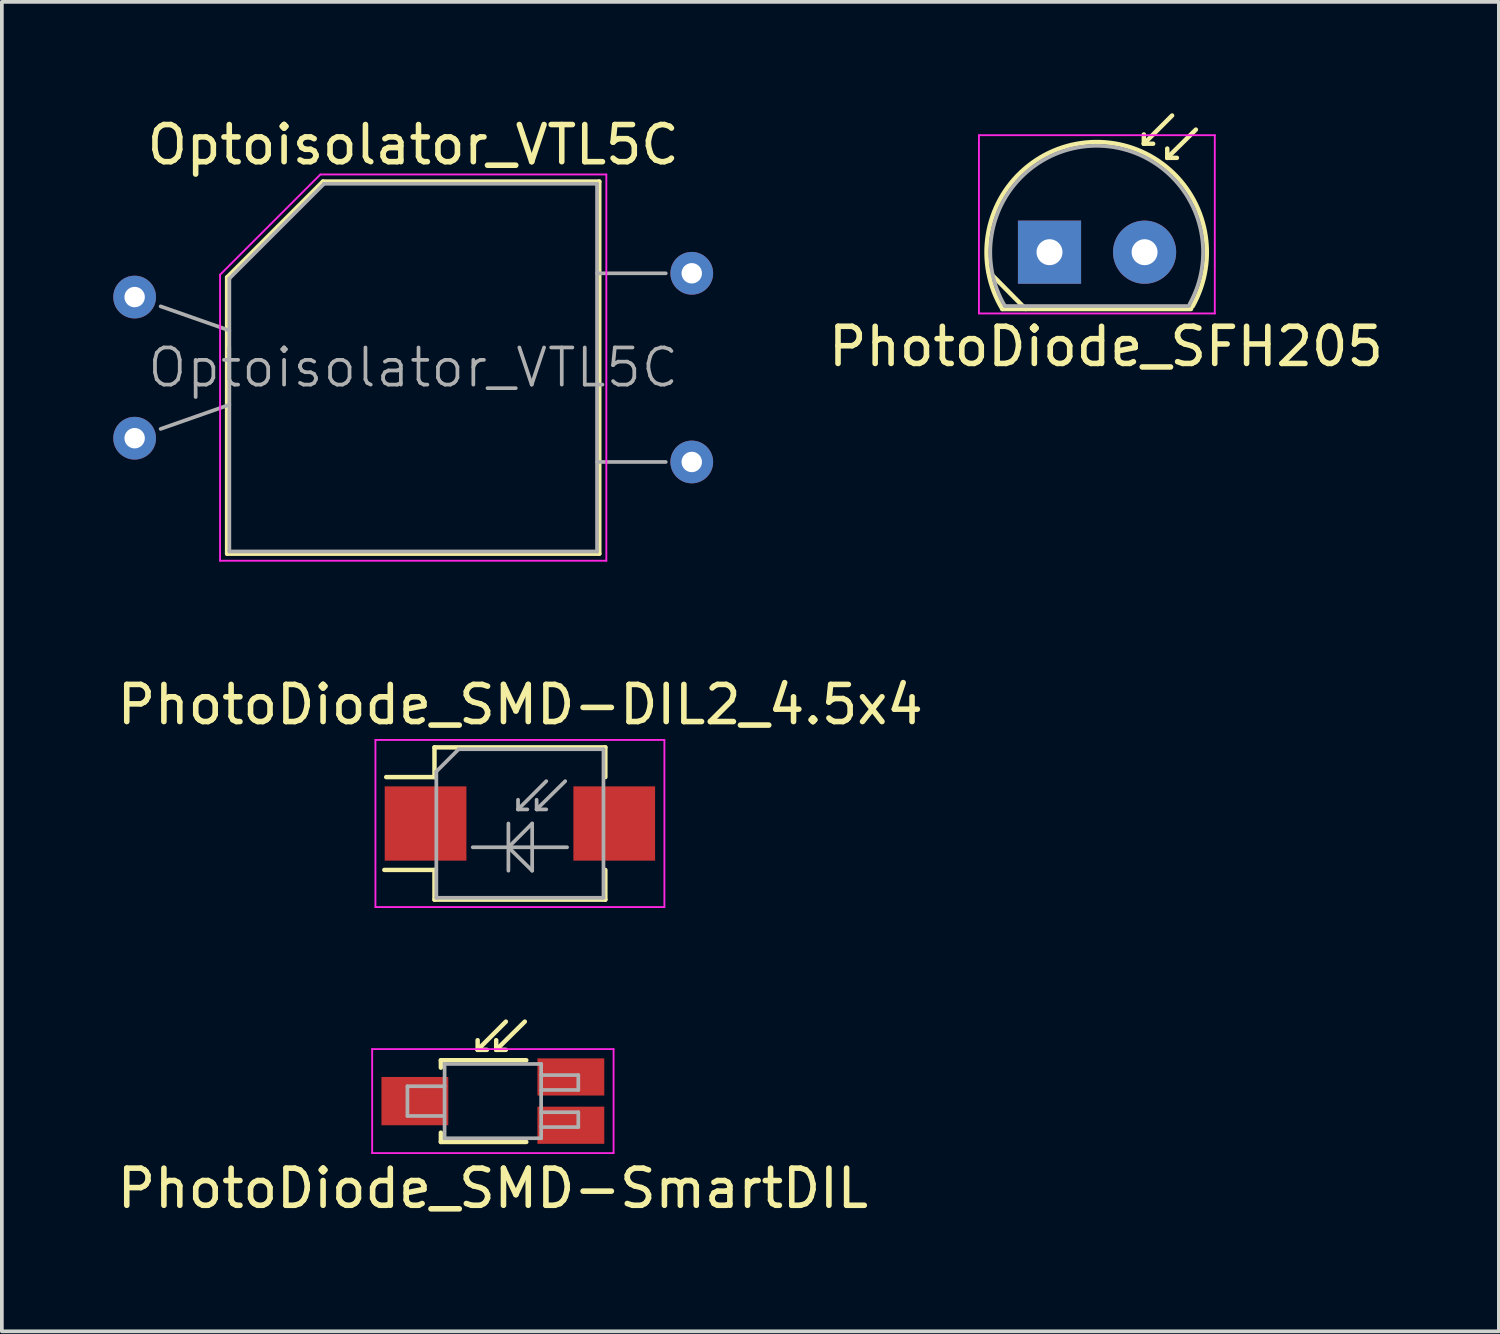
<source format=kicad_pcb>
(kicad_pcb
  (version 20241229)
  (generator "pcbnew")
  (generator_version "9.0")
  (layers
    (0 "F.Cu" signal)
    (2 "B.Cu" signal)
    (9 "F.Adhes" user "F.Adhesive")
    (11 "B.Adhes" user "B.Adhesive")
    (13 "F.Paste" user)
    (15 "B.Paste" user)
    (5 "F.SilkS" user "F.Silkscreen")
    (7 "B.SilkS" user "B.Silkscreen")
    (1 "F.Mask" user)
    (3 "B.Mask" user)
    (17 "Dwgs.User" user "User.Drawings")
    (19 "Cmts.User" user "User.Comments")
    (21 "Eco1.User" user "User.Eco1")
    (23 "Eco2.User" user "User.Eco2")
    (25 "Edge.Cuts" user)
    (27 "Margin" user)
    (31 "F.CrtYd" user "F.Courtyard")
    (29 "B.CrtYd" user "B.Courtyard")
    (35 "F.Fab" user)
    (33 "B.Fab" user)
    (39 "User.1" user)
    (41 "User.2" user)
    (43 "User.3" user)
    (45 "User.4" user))
  (footprint "PhotoDiode_SMD-SmartDIL"
    (layer "F.Cu")
    (at 10.22 26.596)
    (property "Reference" "PhotoDiode_SMD-SmartDIL" (at 0 2.35 0) (layer "F.SilkS") (effects (font (size 1 1) (thickness 0.15))))
    (attr smd)
    (fp_line (start -1.4 -1.1) (end -1.4 -0.9) (stroke (width 0.12) (type solid)) (layer "F.SilkS"))
    (fp_line (start -1.4 -1.1) (end 0.9 -1.1) (stroke (width 0.12) (type solid)) (layer "F.SilkS"))
    (fp_line (start -1.4 1.1) (end -1.4 0.85) (stroke (width 0.12) (type solid)) (layer "F.SilkS"))
    (fp_line (start -0.41 -1.38) (end -0.41 -1.64) (stroke (width 0.12) (type solid)) (layer "F.SilkS"))
    (fp_line (start -0.41 -1.38) (end -0.16 -1.38) (stroke (width 0.12) (type solid)) (layer "F.SilkS"))
    (fp_line (start 0.09 -1.38) (end 0.09 -1.64) (stroke (width 0.12) (type solid)) (layer "F.SilkS"))
    (fp_line (start 0.09 -1.38) (end 0.35 -1.38) (stroke (width 0.12) (type solid)) (layer "F.SilkS"))
    (fp_line (start 0.35 -2.14) (end -0.41 -1.38) (stroke (width 0.12) (type solid)) (layer "F.SilkS"))
    (fp_line (start 0.86 -2.14) (end 0.09 -1.38) (stroke (width 0.12) (type solid)) (layer "F.SilkS"))
    (fp_line (start 0.9 1.1) (end -1.4 1.1) (stroke (width 0.12) (type solid)) (layer "F.SilkS"))
    (fp_line (start -3.25 -1.4) (end -3.25 1.4) (stroke (width 0.05) (type solid)) (layer "F.CrtYd"))
    (fp_line (start -3.25 -1.4) (end 3.25 -1.4) (stroke (width 0.05) (type solid)) (layer "F.CrtYd"))
    (fp_line (start 3.25 1.4) (end -3.25 1.4) (stroke (width 0.05) (type solid)) (layer "F.CrtYd"))
    (fp_line (start 3.25 1.4) (end 3.25 -1.4) (stroke (width 0.05) (type solid)) (layer "F.CrtYd"))
    (fp_line (start -2.3 -0.4) (end -2.3 0.4) (stroke (width 0.1) (type solid)) (layer "F.Fab"))
    (fp_line (start -2.3 0.4) (end -1.35 0.4) (stroke (width 0.1) (type solid)) (layer "F.Fab"))
    (fp_line (start -1.3 -1) (end -1.3 1) (stroke (width 0.1) (type solid)) (layer "F.Fab"))
    (fp_line (start -1.3 -0.4) (end -2.3 -0.4) (stroke (width 0.1) (type solid)) (layer "F.Fab"))
    (fp_line (start -1.3 1) (end 1.3 1) (stroke (width 0.1) (type solid)) (layer "F.Fab"))
    (fp_line (start 1.3 -1) (end -1.3 -1) (stroke (width 0.1) (type solid)) (layer "F.Fab"))
    (fp_line (start 1.3 -0.7) (end 2.3 -0.7) (stroke (width 0.1) (type solid)) (layer "F.Fab"))
    (fp_line (start 1.3 0.3) (end 2.3 0.3) (stroke (width 0.1) (type solid)) (layer "F.Fab"))
    (fp_line (start 1.3 1) (end 1.3 -1) (stroke (width 0.1) (type solid)) (layer "F.Fab"))
    (fp_line (start 2.3 -0.7) (end 2.3 -0.3) (stroke (width 0.1) (type solid)) (layer "F.Fab"))
    (fp_line (start 2.3 -0.3) (end 1.3 -0.3) (stroke (width 0.1) (type solid)) (layer "F.Fab"))
    (fp_line (start 2.3 0.3) (end 2.3 0.7) (stroke (width 0.1) (type solid)) (layer "F.Fab"))
    (fp_line (start 2.3 0.7) (end 1.3 0.7) (stroke (width 0.1) (type solid)) (layer "F.Fab"))
    (pad "1" smd rect (at -2.1 0 180) (size 1.8 1.3) (layers "F.Cu" "F.Mask" "F.Paste"))
    (pad "2" smd rect (at 2.1 -0.65 180) (size 1.8 1) (layers "F.Cu" "F.Mask" "F.Paste"))
    (pad "3" smd rect (at 2.1 0.65 180) (size 1.8 1) (layers "F.Cu" "F.Mask" "F.Paste")))
  (footprint "PhotoDiode_SMD-DIL2_4.5x4"
    (layer "F.Cu")
    (at 10.948 19.122)
    (property "Reference" "PhotoDiode_SMD-DIL2_4.5x4" (at 0.01 -3.2 0) (layer "F.SilkS") (effects (font (size 1 1) (thickness 0.15))))
    (attr smd)
    (fp_line (start -3.65 1.25) (end -2.3 1.25) (stroke (width 0.12) (type solid)) (layer "F.SilkS"))
    (fp_line (start -2.3 -2.05) (end -2.3 -1.25) (stroke (width 0.12) (type solid)) (layer "F.SilkS"))
    (fp_line (start -2.3 -1.25) (end -3.6 -1.25) (stroke (width 0.12) (type solid)) (layer "F.SilkS"))
    (fp_line (start -2.3 1.25) (end -2.3 2.05) (stroke (width 0.12) (type solid)) (layer "F.SilkS"))
    (fp_line (start -2.3 2.05) (end 2.3 2.05) (stroke (width 0.12) (type solid)) (layer "F.SilkS"))
    (fp_line (start 2.3 -2.05) (end -2.3 -2.05) (stroke (width 0.12) (type solid)) (layer "F.SilkS"))
    (fp_line (start 2.3 -1.25) (end 2.3 -2.05) (stroke (width 0.12) (type solid)) (layer "F.SilkS"))
    (fp_line (start 2.3 2.05) (end 2.3 1.25) (stroke (width 0.12) (type solid)) (layer "F.SilkS"))
    (fp_line (start -3.89 -2.25) (end -3.89 2.25) (stroke (width 0.05) (type solid)) (layer "F.CrtYd"))
    (fp_line (start -3.89 -2.25) (end 3.89 -2.25) (stroke (width 0.05) (type solid)) (layer "F.CrtYd"))
    (fp_line (start 3.89 2.25) (end -3.89 2.25) (stroke (width 0.05) (type solid)) (layer "F.CrtYd"))
    (fp_line (start 3.89 2.25) (end 3.89 -2.25) (stroke (width 0.05) (type solid)) (layer "F.CrtYd"))
    (fp_line (start -2.25 -1.4) (end -2.25 2) (stroke (width 0.1) (type solid)) (layer "F.Fab"))
    (fp_line (start -2.25 -1.4) (end -1.65 -2) (stroke (width 0.1) (type solid)) (layer "F.Fab"))
    (fp_line (start -1.65 -2) (end 2.25 -2) (stroke (width 0.1) (type solid)) (layer "F.Fab"))
    (fp_line (start -1.27 0.64) (end 1.27 0.64) (stroke (width 0.1) (type solid)) (layer "F.Fab"))
    (fp_line (start -0.31 0) (end -0.31 1.27) (stroke (width 0.1) (type solid)) (layer "F.Fab"))
    (fp_line (start -0.31 0.64) (end 0.33 0) (stroke (width 0.1) (type solid)) (layer "F.Fab"))
    (fp_line (start -0.05 -0.38) (end -0.05 -0.64) (stroke (width 0.1) (type solid)) (layer "F.Fab"))
    (fp_line (start -0.05 -0.38) (end 0.2 -0.38) (stroke (width 0.1) (type solid)) (layer "F.Fab"))
    (fp_line (start 0.33 0) (end 0.33 1.27) (stroke (width 0.1) (type solid)) (layer "F.Fab"))
    (fp_line (start 0.33 1.27) (end -0.31 0.64) (stroke (width 0.1) (type solid)) (layer "F.Fab"))
    (fp_line (start 0.45 -0.38) (end 0.45 -0.64) (stroke (width 0.1) (type solid)) (layer "F.Fab"))
    (fp_line (start 0.45 -0.38) (end 0.71 -0.38) (stroke (width 0.1) (type solid)) (layer "F.Fab"))
    (fp_line (start 0.71 -1.14) (end -0.05 -0.38) (stroke (width 0.1) (type solid)) (layer "F.Fab"))
    (fp_line (start 1.22 -1.14) (end 0.45 -0.38) (stroke (width 0.1) (type solid)) (layer "F.Fab"))
    (fp_line (start 2.25 -2) (end 2.25 2) (stroke (width 0.1) (type solid)) (layer "F.Fab"))
    (fp_line (start 2.25 2) (end -2.25 2) (stroke (width 0.1) (type solid)) (layer "F.Fab"))
    (pad "1" smd rect (at -2.54 0 180) (size 2.2 2) (layers "F.Cu" "F.Mask" "F.Paste"))
    (pad "2" smd rect (at 2.54 0 180) (size 2.2 2) (layers "F.Cu" "F.Mask" "F.Paste")))
  (footprint "Optoisolator_VTL5C"
    (layer "F.Cu")
    (at 0.575 4.948)
    (property "Reference" "Optoisolator_VTL5C" (at 7.5 -4.1 0) (layer "F.SilkS") (effects (font (size 1 1) (thickness 0.15))))
    (attr through_hole)
    (fp_line (start 2.49 -0.53) (end 2.49 6.91) (stroke (width 0.12) (type solid)) (layer "F.SilkS"))
    (fp_line (start 2.49 6.91) (end 12.51 6.91) (stroke (width 0.12) (type solid)) (layer "F.SilkS"))
    (fp_line (start 5.07 -3.11) (end 2.49 -0.53) (stroke (width 0.12) (type solid)) (layer "F.SilkS"))
    (fp_line (start 12.51 -3.11) (end 5.07 -3.11) (stroke (width 0.12) (type solid)) (layer "F.SilkS"))
    (fp_line (start 12.51 6.91) (end 12.51 -3.11) (stroke (width 0.12) (type solid)) (layer "F.SilkS"))
    (fp_line (start 2.3 -0.6) (end 5 -3.3) (stroke (width 0.05) (type solid)) (layer "F.CrtYd"))
    (fp_line (start 2.3 7.1) (end 2.3 -0.6) (stroke (width 0.05) (type solid)) (layer "F.CrtYd"))
    (fp_line (start 5 -3.3) (end 12.7 -3.3) (stroke (width 0.05) (type solid)) (layer "F.CrtYd"))
    (fp_line (start 12.7 -3.3) (end 12.7 7.1) (stroke (width 0.05) (type solid)) (layer "F.CrtYd"))
    (fp_line (start 12.7 7.1) (end 2.3 7.1) (stroke (width 0.05) (type solid)) (layer "F.CrtYd"))
    (fp_line (start 0.7 0.25) (end 2.55 0.9) (stroke (width 0.1) (type solid)) (layer "F.Fab"))
    (fp_line (start 0.7 3.55) (end 2.55 2.9) (stroke (width 0.1) (type solid)) (layer "F.Fab"))
    (fp_line (start 2.55 6.85) (end 2.55 -0.5) (stroke (width 0.1) (type solid)) (layer "F.Fab"))
    (fp_line (start 5.1 -3.05) (end 2.55 -0.5) (stroke (width 0.1) (type solid)) (layer "F.Fab"))
    (fp_line (start 5.1 -3.05) (end 12.45 -3.05) (stroke (width 0.1) (type solid)) (layer "F.Fab"))
    (fp_line (start 12.45 -3.05) (end 12.45 6.85) (stroke (width 0.1) (type solid)) (layer "F.Fab"))
    (fp_line (start 12.45 6.85) (end 2.55 6.85) (stroke (width 0.1) (type solid)) (layer "F.Fab"))
    (fp_line (start 14.3 -0.64) (end 12.45 -0.64) (stroke (width 0.1) (type solid)) (layer "F.Fab"))
    (fp_line (start 14.3 4.44) (end 12.45 4.44) (stroke (width 0.1) (type solid)) (layer "F.Fab"))
    (fp_text user "${REFERENCE}" (at 7.5 1.9 0) (layer "F.Fab") (effects (font (size 1 1) (thickness 0.1))))
    (pad "1" thru_hole circle (at 0 0) (size 1.15 1.15) (drill 0.55) (layers "*.Cu" "*.Mask"))
    (pad "2" thru_hole circle (at 0 3.8) (size 1.15 1.15) (drill 0.55) (layers "*.Cu" "*.Mask"))
    (pad "3" thru_hole circle (at 15 -0.64) (size 1.15 1.15) (drill 0.55) (layers "*.Cu" "*.Mask"))
    (pad "4" thru_hole circle (at 15 4.44) (size 1.15 1.15) (drill 0.55) (layers "*.Cu" "*.Mask")))
  (footprint "PhotoDiode_SFH205"
    (layer "F.Cu")
    (at 25.207 3.74)
    (property "Reference" "PhotoDiode_SFH205" (at 1.52 2.54 0) (layer "F.SilkS") (effects (font (size 1 1) (thickness 0.15))))
    (attr through_hole)
    (fp_line (start -1.65 0.51) (end -0.64 1.53) (stroke (width 0.12) (type solid)) (layer "F.SilkS"))
    (fp_line (start -1.27 1.53) (end 3.81 1.53) (stroke (width 0.12) (type solid)) (layer "F.SilkS"))
    (fp_line (start 2.54 -2.92) (end 2.54 -3.17) (stroke (width 0.12) (type solid)) (layer "F.SilkS"))
    (fp_line (start 2.54 -2.92) (end 2.79 -2.92) (stroke (width 0.12) (type solid)) (layer "F.SilkS"))
    (fp_line (start 3.17 -2.54) (end 3.17 -2.79) (stroke (width 0.12) (type solid)) (layer "F.SilkS"))
    (fp_line (start 3.17 -2.54) (end 3.43 -2.54) (stroke (width 0.12) (type solid)) (layer "F.SilkS"))
    (fp_line (start 3.3 -3.68) (end 2.54 -2.92) (stroke (width 0.12) (type solid)) (layer "F.SilkS"))
    (fp_line (start 3.94 -3.3) (end 3.17 -2.54) (stroke (width 0.12) (type solid)) (layer "F.SilkS"))
    (fp_arc (start -1.27 1.53) (mid 1.227917 -2.964916) (end 3.8524 1.457295) (stroke (width 0.12) (type solid)) (layer "F.SilkS"))
    (fp_line (start -1.9 -3.15) (end -1.9 1.65) (stroke (width 0.05) (type solid)) (layer "F.CrtYd"))
    (fp_line (start -1.9 1.65) (end 4.45 1.65) (stroke (width 0.05) (type solid)) (layer "F.CrtYd"))
    (fp_line (start 4.45 -3.15) (end -1.9 -3.15) (stroke (width 0.05) (type solid)) (layer "F.CrtYd"))
    (fp_line (start 4.45 1.65) (end 4.45 -3.15) (stroke (width 0.05) (type solid)) (layer "F.CrtYd"))
    (fp_line (start -1.2 1.45) (end 3.75 1.45) (stroke (width 0.1) (type solid)) (layer "F.Fab"))
    (fp_arc (start -1.2 1.45) (mid 1.236766 -2.863965) (end 3.772982 1.392293) (stroke (width 0.1) (type solid)) (layer "F.Fab"))
    (pad "1" thru_hole rect (at 0 0 180) (size 1.7 1.7) (drill 0.7) (layers "*.Cu" "*.Mask"))
    (pad "2" thru_hole circle (at 2.56 0 180) (size 1.7 1.7) (drill 0.7) (layers "*.Cu" "*.Mask")))
  (gr_rect
    (start -3 -3)
    (end 37.305 32.795)
    (stroke (width 0.1) (type default))
    (fill no)
    (layer "Edge.Cuts")))
</source>
